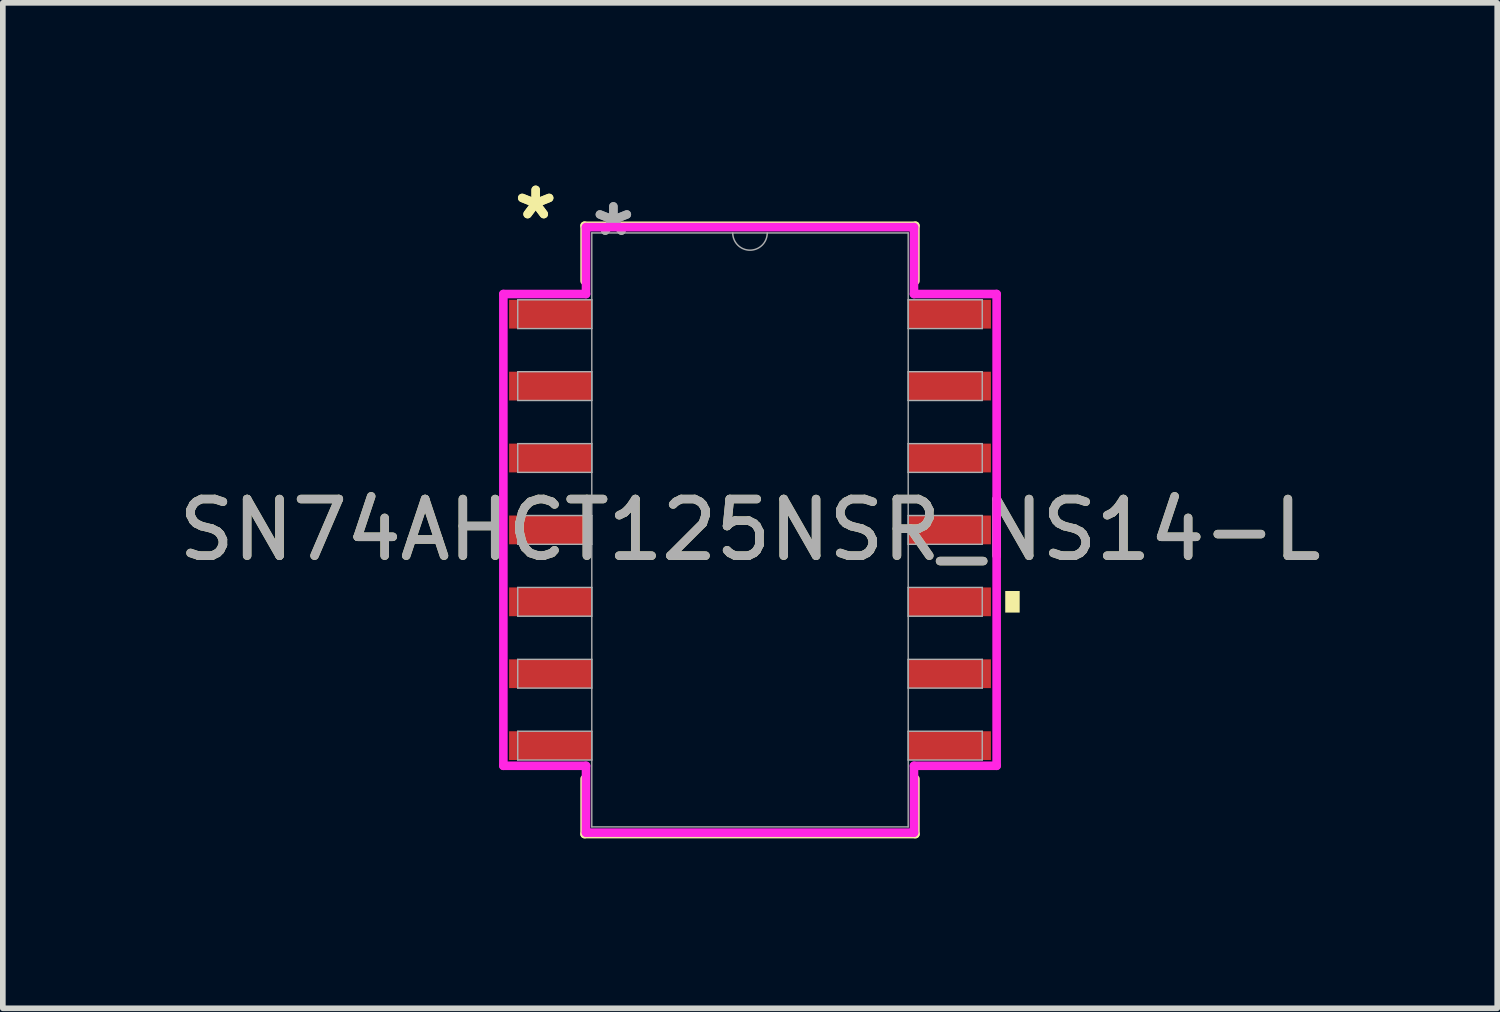
<source format=kicad_pcb>
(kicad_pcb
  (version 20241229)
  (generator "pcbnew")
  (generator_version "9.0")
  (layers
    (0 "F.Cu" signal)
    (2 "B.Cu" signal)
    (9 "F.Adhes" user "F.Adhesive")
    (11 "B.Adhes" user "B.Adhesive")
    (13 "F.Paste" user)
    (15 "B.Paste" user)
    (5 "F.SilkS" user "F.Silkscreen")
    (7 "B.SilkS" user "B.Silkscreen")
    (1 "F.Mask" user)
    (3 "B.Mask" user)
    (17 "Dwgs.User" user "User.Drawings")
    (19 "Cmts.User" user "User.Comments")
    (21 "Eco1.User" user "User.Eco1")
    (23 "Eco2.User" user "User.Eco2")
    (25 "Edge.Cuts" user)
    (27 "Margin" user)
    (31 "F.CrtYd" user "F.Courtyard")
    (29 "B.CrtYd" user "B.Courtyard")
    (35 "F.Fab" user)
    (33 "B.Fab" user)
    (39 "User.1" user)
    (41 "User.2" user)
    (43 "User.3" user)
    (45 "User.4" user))
  (footprint "SN74AHCT125NSR_NS14-L"
    (layer "F.Cu")
    (at 10.196 6.309)
    (property "Reference" "SN74AHCT125NSR_NS14-L" (at 0 0 0) (unlocked yes) (layer "F.SilkS") (effects (font (size 1 1) (thickness 0.15))))
    (attr smd)
    (fp_line (start -2.921 -5.372) (end -2.921 -4.397) (stroke (width 0.152) (type solid)) (layer "F.SilkS"))
    (fp_line (start -2.921 4.397) (end -2.921 5.372) (stroke (width 0.152) (type solid)) (layer "F.SilkS"))
    (fp_line (start -2.921 5.372) (end 2.921 5.372) (stroke (width 0.152) (type solid)) (layer "F.SilkS"))
    (fp_line (start 2.921 -5.372) (end -2.921 -5.372) (stroke (width 0.152) (type solid)) (layer "F.SilkS"))
    (fp_line (start 2.921 -4.397) (end 2.921 -5.372) (stroke (width 0.152) (type solid)) (layer "F.SilkS"))
    (fp_line (start 2.921 5.372) (end 2.921 4.397) (stroke (width 0.152) (type solid)) (layer "F.SilkS"))
    (fp_poly (pts (xy 4.763 1.079) (xy 4.763 1.46) (xy 4.508 1.46) (xy 4.508 1.079)) (stroke (width 0) (type solid)) (fill yes) (layer "F.SilkS"))
    (fp_line (start -4.356 -4.166) (end -2.896 -4.166) (stroke (width 0.152) (type solid)) (layer "F.CrtYd"))
    (fp_line (start -4.356 4.166) (end -4.356 -4.166) (stroke (width 0.152) (type solid)) (layer "F.CrtYd"))
    (fp_line (start -4.356 4.166) (end -2.896 4.166) (stroke (width 0.152) (type solid)) (layer "F.CrtYd"))
    (fp_line (start -2.896 -5.347) (end 2.896 -5.347) (stroke (width 0.152) (type solid)) (layer "F.CrtYd"))
    (fp_line (start -2.896 -4.166) (end -2.896 -5.347) (stroke (width 0.152) (type solid)) (layer "F.CrtYd"))
    (fp_line (start -2.896 5.347) (end -2.896 4.166) (stroke (width 0.152) (type solid)) (layer "F.CrtYd"))
    (fp_line (start 2.896 -5.347) (end 2.896 -4.166) (stroke (width 0.152) (type solid)) (layer "F.CrtYd"))
    (fp_line (start 2.896 4.166) (end 2.896 5.347) (stroke (width 0.152) (type solid)) (layer "F.CrtYd"))
    (fp_line (start 2.896 5.347) (end -2.896 5.347) (stroke (width 0.152) (type solid)) (layer "F.CrtYd"))
    (fp_line (start 4.356 -4.166) (end 2.896 -4.166) (stroke (width 0.152) (type solid)) (layer "F.CrtYd"))
    (fp_line (start 4.356 -4.166) (end 4.356 4.166) (stroke (width 0.152) (type solid)) (layer "F.CrtYd"))
    (fp_line (start 4.356 4.166) (end 2.896 4.166) (stroke (width 0.152) (type solid)) (layer "F.CrtYd"))
    (fp_line (start -4.102 -4.064) (end -4.102 -3.556) (stroke (width 0.025) (type solid)) (layer "F.Fab"))
    (fp_line (start -4.102 -3.556) (end -2.794 -3.556) (stroke (width 0.025) (type solid)) (layer "F.Fab"))
    (fp_line (start -4.102 -2.794) (end -4.102 -2.286) (stroke (width 0.025) (type solid)) (layer "F.Fab"))
    (fp_line (start -4.102 -2.286) (end -2.794 -2.286) (stroke (width 0.025) (type solid)) (layer "F.Fab"))
    (fp_line (start -4.102 -1.524) (end -4.102 -1.016) (stroke (width 0.025) (type solid)) (layer "F.Fab"))
    (fp_line (start -4.102 -1.016) (end -2.794 -1.016) (stroke (width 0.025) (type solid)) (layer "F.Fab"))
    (fp_line (start -4.102 -0.254) (end -4.102 0.254) (stroke (width 0.025) (type solid)) (layer "F.Fab"))
    (fp_line (start -4.102 0.254) (end -2.794 0.254) (stroke (width 0.025) (type solid)) (layer "F.Fab"))
    (fp_line (start -4.102 1.016) (end -4.102 1.524) (stroke (width 0.025) (type solid)) (layer "F.Fab"))
    (fp_line (start -4.102 1.524) (end -2.794 1.524) (stroke (width 0.025) (type solid)) (layer "F.Fab"))
    (fp_line (start -4.102 2.286) (end -4.102 2.794) (stroke (width 0.025) (type solid)) (layer "F.Fab"))
    (fp_line (start -4.102 2.794) (end -2.794 2.794) (stroke (width 0.025) (type solid)) (layer "F.Fab"))
    (fp_line (start -4.102 3.556) (end -4.102 4.064) (stroke (width 0.025) (type solid)) (layer "F.Fab"))
    (fp_line (start -4.102 4.064) (end -2.794 4.064) (stroke (width 0.025) (type solid)) (layer "F.Fab"))
    (fp_line (start -2.794 -5.245) (end -2.794 5.245) (stroke (width 0.025) (type solid)) (layer "F.Fab"))
    (fp_line (start -2.794 -4.064) (end -4.102 -4.064) (stroke (width 0.025) (type solid)) (layer "F.Fab"))
    (fp_line (start -2.794 -3.556) (end -2.794 -4.064) (stroke (width 0.025) (type solid)) (layer "F.Fab"))
    (fp_line (start -2.794 -2.794) (end -4.102 -2.794) (stroke (width 0.025) (type solid)) (layer "F.Fab"))
    (fp_line (start -2.794 -2.286) (end -2.794 -2.794) (stroke (width 0.025) (type solid)) (layer "F.Fab"))
    (fp_line (start -2.794 -1.524) (end -4.102 -1.524) (stroke (width 0.025) (type solid)) (layer "F.Fab"))
    (fp_line (start -2.794 -1.016) (end -2.794 -1.524) (stroke (width 0.025) (type solid)) (layer "F.Fab"))
    (fp_line (start -2.794 -0.254) (end -4.102 -0.254) (stroke (width 0.025) (type solid)) (layer "F.Fab"))
    (fp_line (start -2.794 0.254) (end -2.794 -0.254) (stroke (width 0.025) (type solid)) (layer "F.Fab"))
    (fp_line (start -2.794 1.016) (end -4.102 1.016) (stroke (width 0.025) (type solid)) (layer "F.Fab"))
    (fp_line (start -2.794 1.524) (end -2.794 1.016) (stroke (width 0.025) (type solid)) (layer "F.Fab"))
    (fp_line (start -2.794 2.286) (end -4.102 2.286) (stroke (width 0.025) (type solid)) (layer "F.Fab"))
    (fp_line (start -2.794 2.794) (end -2.794 2.286) (stroke (width 0.025) (type solid)) (layer "F.Fab"))
    (fp_line (start -2.794 3.556) (end -4.102 3.556) (stroke (width 0.025) (type solid)) (layer "F.Fab"))
    (fp_line (start -2.794 4.064) (end -2.794 3.556) (stroke (width 0.025) (type solid)) (layer "F.Fab"))
    (fp_line (start -2.794 5.245) (end 2.794 5.245) (stroke (width 0.025) (type solid)) (layer "F.Fab"))
    (fp_line (start 2.794 -5.245) (end -2.794 -5.245) (stroke (width 0.025) (type solid)) (layer "F.Fab"))
    (fp_line (start 2.794 -4.064) (end 2.794 -3.556) (stroke (width 0.025) (type solid)) (layer "F.Fab"))
    (fp_line (start 2.794 -3.556) (end 4.102 -3.556) (stroke (width 0.025) (type solid)) (layer "F.Fab"))
    (fp_line (start 2.794 -2.794) (end 2.794 -2.286) (stroke (width 0.025) (type solid)) (layer "F.Fab"))
    (fp_line (start 2.794 -2.286) (end 4.102 -2.286) (stroke (width 0.025) (type solid)) (layer "F.Fab"))
    (fp_line (start 2.794 -1.524) (end 2.794 -1.016) (stroke (width 0.025) (type solid)) (layer "F.Fab"))
    (fp_line (start 2.794 -1.016) (end 4.102 -1.016) (stroke (width 0.025) (type solid)) (layer "F.Fab"))
    (fp_line (start 2.794 -0.254) (end 2.794 0.254) (stroke (width 0.025) (type solid)) (layer "F.Fab"))
    (fp_line (start 2.794 0.254) (end 4.102 0.254) (stroke (width 0.025) (type solid)) (layer "F.Fab"))
    (fp_line (start 2.794 1.016) (end 2.794 1.524) (stroke (width 0.025) (type solid)) (layer "F.Fab"))
    (fp_line (start 2.794 1.524) (end 4.102 1.524) (stroke (width 0.025) (type solid)) (layer "F.Fab"))
    (fp_line (start 2.794 2.286) (end 2.794 2.794) (stroke (width 0.025) (type solid)) (layer "F.Fab"))
    (fp_line (start 2.794 2.794) (end 4.102 2.794) (stroke (width 0.025) (type solid)) (layer "F.Fab"))
    (fp_line (start 2.794 3.556) (end 2.794 4.064) (stroke (width 0.025) (type solid)) (layer "F.Fab"))
    (fp_line (start 2.794 4.064) (end 4.102 4.064) (stroke (width 0.025) (type solid)) (layer "F.Fab"))
    (fp_line (start 2.794 5.245) (end 2.794 -5.245) (stroke (width 0.025) (type solid)) (layer "F.Fab"))
    (fp_line (start 4.102 -4.064) (end 2.794 -4.064) (stroke (width 0.025) (type solid)) (layer "F.Fab"))
    (fp_line (start 4.102 -3.556) (end 4.102 -4.064) (stroke (width 0.025) (type solid)) (layer "F.Fab"))
    (fp_line (start 4.102 -2.794) (end 2.794 -2.794) (stroke (width 0.025) (type solid)) (layer "F.Fab"))
    (fp_line (start 4.102 -2.286) (end 4.102 -2.794) (stroke (width 0.025) (type solid)) (layer "F.Fab"))
    (fp_line (start 4.102 -1.524) (end 2.794 -1.524) (stroke (width 0.025) (type solid)) (layer "F.Fab"))
    (fp_line (start 4.102 -1.016) (end 4.102 -1.524) (stroke (width 0.025) (type solid)) (layer "F.Fab"))
    (fp_line (start 4.102 -0.254) (end 2.794 -0.254) (stroke (width 0.025) (type solid)) (layer "F.Fab"))
    (fp_line (start 4.102 0.254) (end 4.102 -0.254) (stroke (width 0.025) (type solid)) (layer "F.Fab"))
    (fp_line (start 4.102 1.016) (end 2.794 1.016) (stroke (width 0.025) (type solid)) (layer "F.Fab"))
    (fp_line (start 4.102 1.524) (end 4.102 1.016) (stroke (width 0.025) (type solid)) (layer "F.Fab"))
    (fp_line (start 4.102 2.286) (end 2.794 2.286) (stroke (width 0.025) (type solid)) (layer "F.Fab"))
    (fp_line (start 4.102 2.794) (end 4.102 2.286) (stroke (width 0.025) (type solid)) (layer "F.Fab"))
    (fp_line (start 4.102 3.556) (end 2.794 3.556) (stroke (width 0.025) (type solid)) (layer "F.Fab"))
    (fp_line (start 4.102 4.064) (end 4.102 3.556) (stroke (width 0.025) (type solid)) (layer "F.Fab"))
    (fp_arc (start 0.3048 -5.2451) (mid 0 -4.9403) (end -0.3048 -5.2451) (stroke (width 0.0254) (type solid)) (layer "F.Fab"))
    (fp_text user "*" (at -3.785 -5.461 0) (unlocked yes) (layer "F.SilkS") (effects (font (size 1 1) (thickness 0.15))))
    (fp_text user "*" (at -3.785 -5.461 0) (layer "F.SilkS") (effects (font (size 1 1) (thickness 0.15))))
    (fp_text user "*" (at -2.413 -5.169 0) (unlocked yes) (layer "F.Fab") (effects (font (size 1 1) (thickness 0.15))))
    (fp_text user "*" (at -2.413 -5.169 0) (layer "F.Fab") (effects (font (size 1 1) (thickness 0.15))))
    (fp_text user "${REFERENCE}" (at 0 0 0) (unlocked yes) (layer "F.Fab") (effects (font (size 1 1) (thickness 0.15))))
    (pad "1" smd rect (at -3.531 -3.81) (size 1.448 0.508) (layers "F.Cu" "F.Mask" "F.Paste"))
    (pad "2" smd rect (at -3.531 -2.54) (size 1.448 0.508) (layers "F.Cu" "F.Mask" "F.Paste"))
    (pad "3" smd rect (at -3.531 -1.27) (size 1.448 0.508) (layers "F.Cu" "F.Mask" "F.Paste"))
    (pad "4" smd rect (at -3.531 0) (size 1.448 0.508) (layers "F.Cu" "F.Mask" "F.Paste"))
    (pad "5" smd rect (at -3.531 1.27) (size 1.448 0.508) (layers "F.Cu" "F.Mask" "F.Paste"))
    (pad "6" smd rect (at -3.531 2.54) (size 1.448 0.508) (layers "F.Cu" "F.Mask" "F.Paste"))
    (pad "7" smd rect (at -3.531 3.81) (size 1.448 0.508) (layers "F.Cu" "F.Mask" "F.Paste"))
    (pad "8" smd rect (at 3.531 3.81) (size 1.448 0.508) (layers "F.Cu" "F.Mask" "F.Paste"))
    (pad "9" smd rect (at 3.531 2.54) (size 1.448 0.508) (layers "F.Cu" "F.Mask" "F.Paste"))
    (pad "10" smd rect (at 3.531 1.27) (size 1.448 0.508) (layers "F.Cu" "F.Mask" "F.Paste"))
    (pad "11" smd rect (at 3.531 0) (size 1.448 0.508) (layers "F.Cu" "F.Mask" "F.Paste"))
    (pad "12" smd rect (at 3.531 -1.27) (size 1.448 0.508) (layers "F.Cu" "F.Mask" "F.Paste"))
    (pad "13" smd rect (at 3.531 -2.54) (size 1.448 0.508) (layers "F.Cu" "F.Mask" "F.Paste"))
    (pad "14" smd rect (at 3.531 -3.81) (size 1.448 0.508) (layers "F.Cu" "F.Mask" "F.Paste")))
  (gr_rect
    (start -3 -3)
    (end 23.393 14.758)
    (stroke (width 0.1) (type default))
    (fill no)
    (layer "Edge.Cuts")))
</source>
